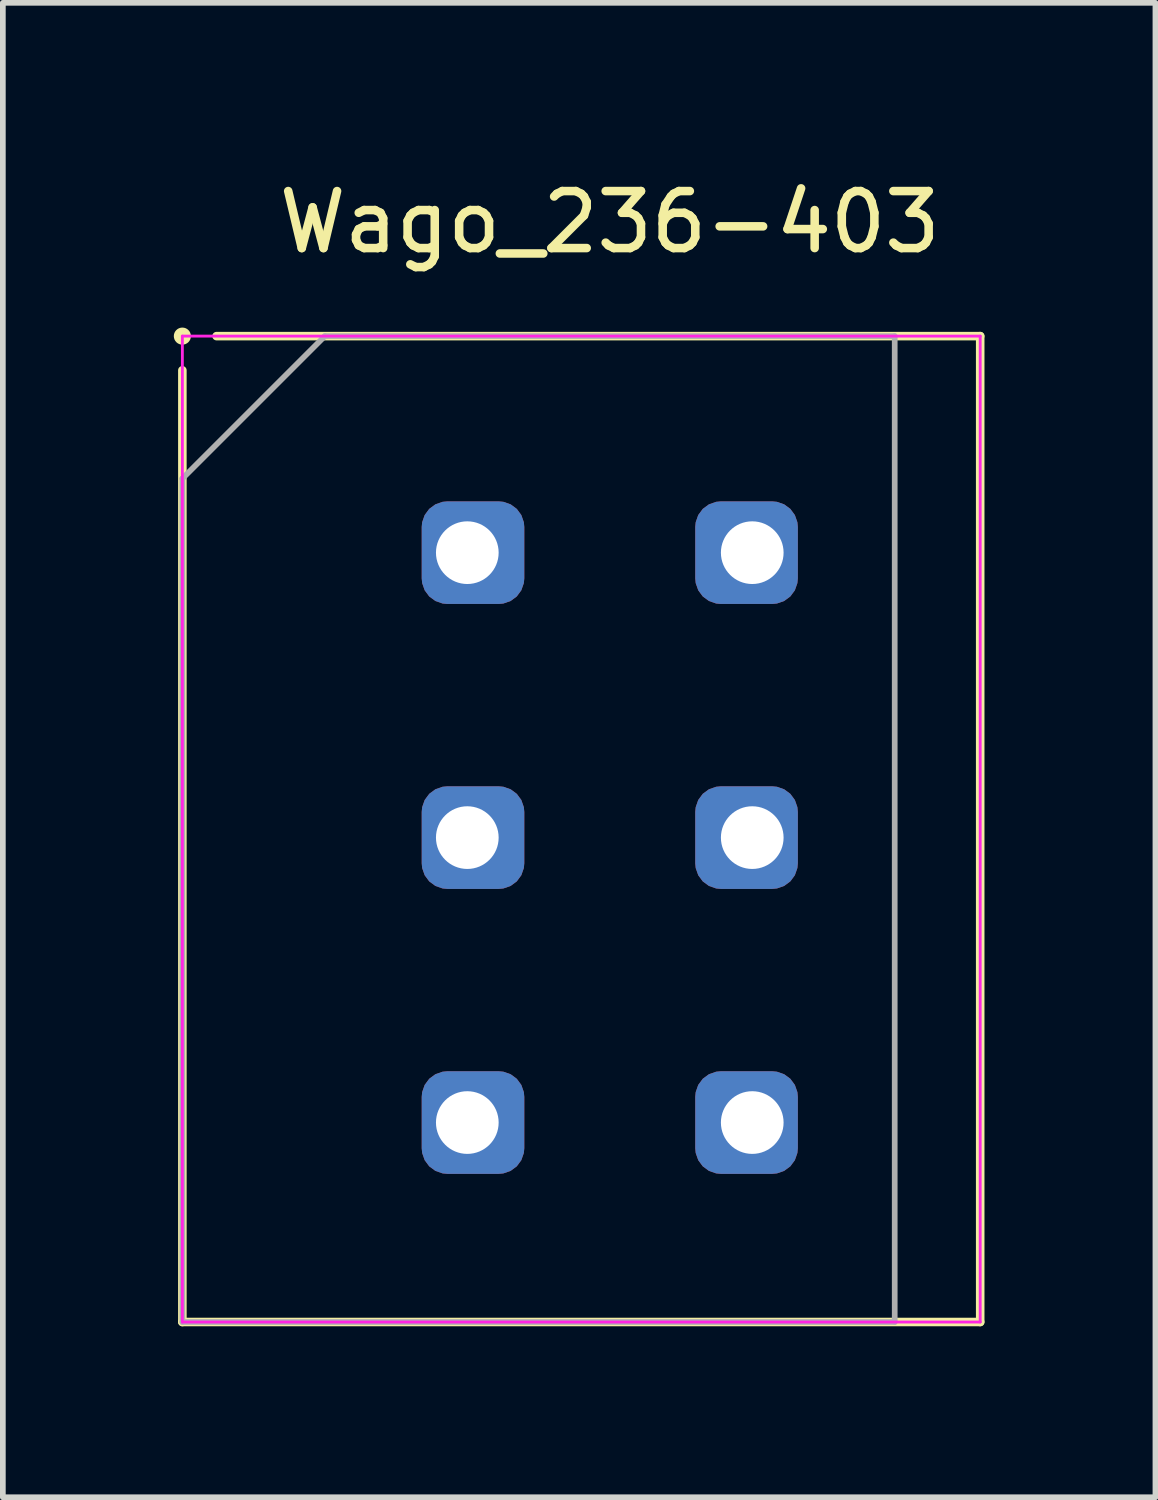
<source format=kicad_pcb>
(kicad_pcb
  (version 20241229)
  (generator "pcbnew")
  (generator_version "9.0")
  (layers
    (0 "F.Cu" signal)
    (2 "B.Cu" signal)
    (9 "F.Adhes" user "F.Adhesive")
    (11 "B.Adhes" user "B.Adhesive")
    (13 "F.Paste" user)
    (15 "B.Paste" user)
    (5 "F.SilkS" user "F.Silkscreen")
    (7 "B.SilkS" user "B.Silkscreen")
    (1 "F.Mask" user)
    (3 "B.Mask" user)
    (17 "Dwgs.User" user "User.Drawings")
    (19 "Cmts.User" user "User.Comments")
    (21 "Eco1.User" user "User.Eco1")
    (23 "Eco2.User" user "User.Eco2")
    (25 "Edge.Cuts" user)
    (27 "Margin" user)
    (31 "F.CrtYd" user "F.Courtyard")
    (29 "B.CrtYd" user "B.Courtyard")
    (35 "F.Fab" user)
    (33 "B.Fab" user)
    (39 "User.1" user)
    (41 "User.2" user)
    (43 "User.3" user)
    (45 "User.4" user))
  (footprint "Wago_236-403"
    (layer "F.Cu")
    (at 7.65 6.648)
    (property "Reference" "Wago_236-403" (at 0 -5.8 0) (layer "F.SilkS") (effects (font (size 1 1) (thickness 0.15))))
    (attr through_hole)
    (fp_line (start -7.5 -3.8) (end -7.5 -3.8) (stroke (width 0.3) (type solid)) (layer "F.SilkS"))
    (fp_line (start -7.5 13.5) (end -7.5 -3.2) (stroke (width 0.15) (type solid)) (layer "F.SilkS"))
    (fp_line (start -6.9 -3.8) (end 6.5 -3.8) (stroke (width 0.15) (type solid)) (layer "F.SilkS"))
    (fp_line (start 6.5 -3.8) (end 6.5 13.5) (stroke (width 0.15) (type solid)) (layer "F.SilkS"))
    (fp_line (start 6.5 13.5) (end -7.5 13.5) (stroke (width 0.15) (type solid)) (layer "F.SilkS"))
    (fp_line (start -7.5 -3.8) (end 6.5 -3.8) (stroke (width 0.05) (type solid)) (layer "F.CrtYd"))
    (fp_line (start -7.5 13.5) (end -7.5 -3.8) (stroke (width 0.05) (type solid)) (layer "F.CrtYd"))
    (fp_line (start 6.5 -3.8) (end 6.5 13.5) (stroke (width 0.05) (type solid)) (layer "F.CrtYd"))
    (fp_line (start 6.5 13.5) (end -7.5 13.5) (stroke (width 0.05) (type solid)) (layer "F.CrtYd"))
    (fp_line (start -7.5 -1.3) (end -5 -3.8) (stroke (width 0.1) (type solid)) (layer "F.Fab"))
    (fp_line (start -7.5 13.5) (end -7.5 -1.3) (stroke (width 0.1) (type solid)) (layer "F.Fab"))
    (fp_line (start -5 -3.8) (end 5 -3.8) (stroke (width 0.1) (type solid)) (layer "F.Fab"))
    (fp_line (start 5 -3.8) (end 5 13.5) (stroke (width 0.1) (type solid)) (layer "F.Fab"))
    (fp_line (start 5 13.5) (end -7.5 13.5) (stroke (width 0.1) (type solid)) (layer "F.Fab"))
    (pad "1" thru_hole roundrect (at -2.5 0) (size 1.8 1.8) (drill 1.1 (offset 0.1 0)) (layers "*.Cu" "*.Mask") (roundrect_rratio 0.25))
    (pad "1" thru_hole roundrect (at 2.5 0) (size 1.8 1.8) (drill 1.1 (offset -0.1 0)) (layers "*.Cu" "*.Mask") (roundrect_rratio 0.25))
    (pad "2" thru_hole roundrect (at -2.5 5) (size 1.8 1.8) (drill 1.1 (offset 0.1 0)) (layers "*.Cu" "*.Mask") (roundrect_rratio 0.25))
    (pad "2" thru_hole roundrect (at 2.5 5) (size 1.8 1.8) (drill 1.1 (offset -0.1 0)) (layers "*.Cu" "*.Mask") (roundrect_rratio 0.25))
    (pad "3" thru_hole roundrect (at -2.5 10) (size 1.8 1.8) (drill 1.1 (offset 0.1 0)) (layers "*.Cu" "*.Mask") (roundrect_rratio 0.25))
    (pad "3" thru_hole roundrect (at 2.5 10) (size 1.8 1.8) (drill 1.1 (offset -0.1 0)) (layers "*.Cu" "*.Mask") (roundrect_rratio 0.25)))
  (gr_rect
    (start -3 -3)
    (end 17.225 23.223)
    (stroke (width 0.1) (type default))
    (fill no)
    (layer "Edge.Cuts")))
</source>
